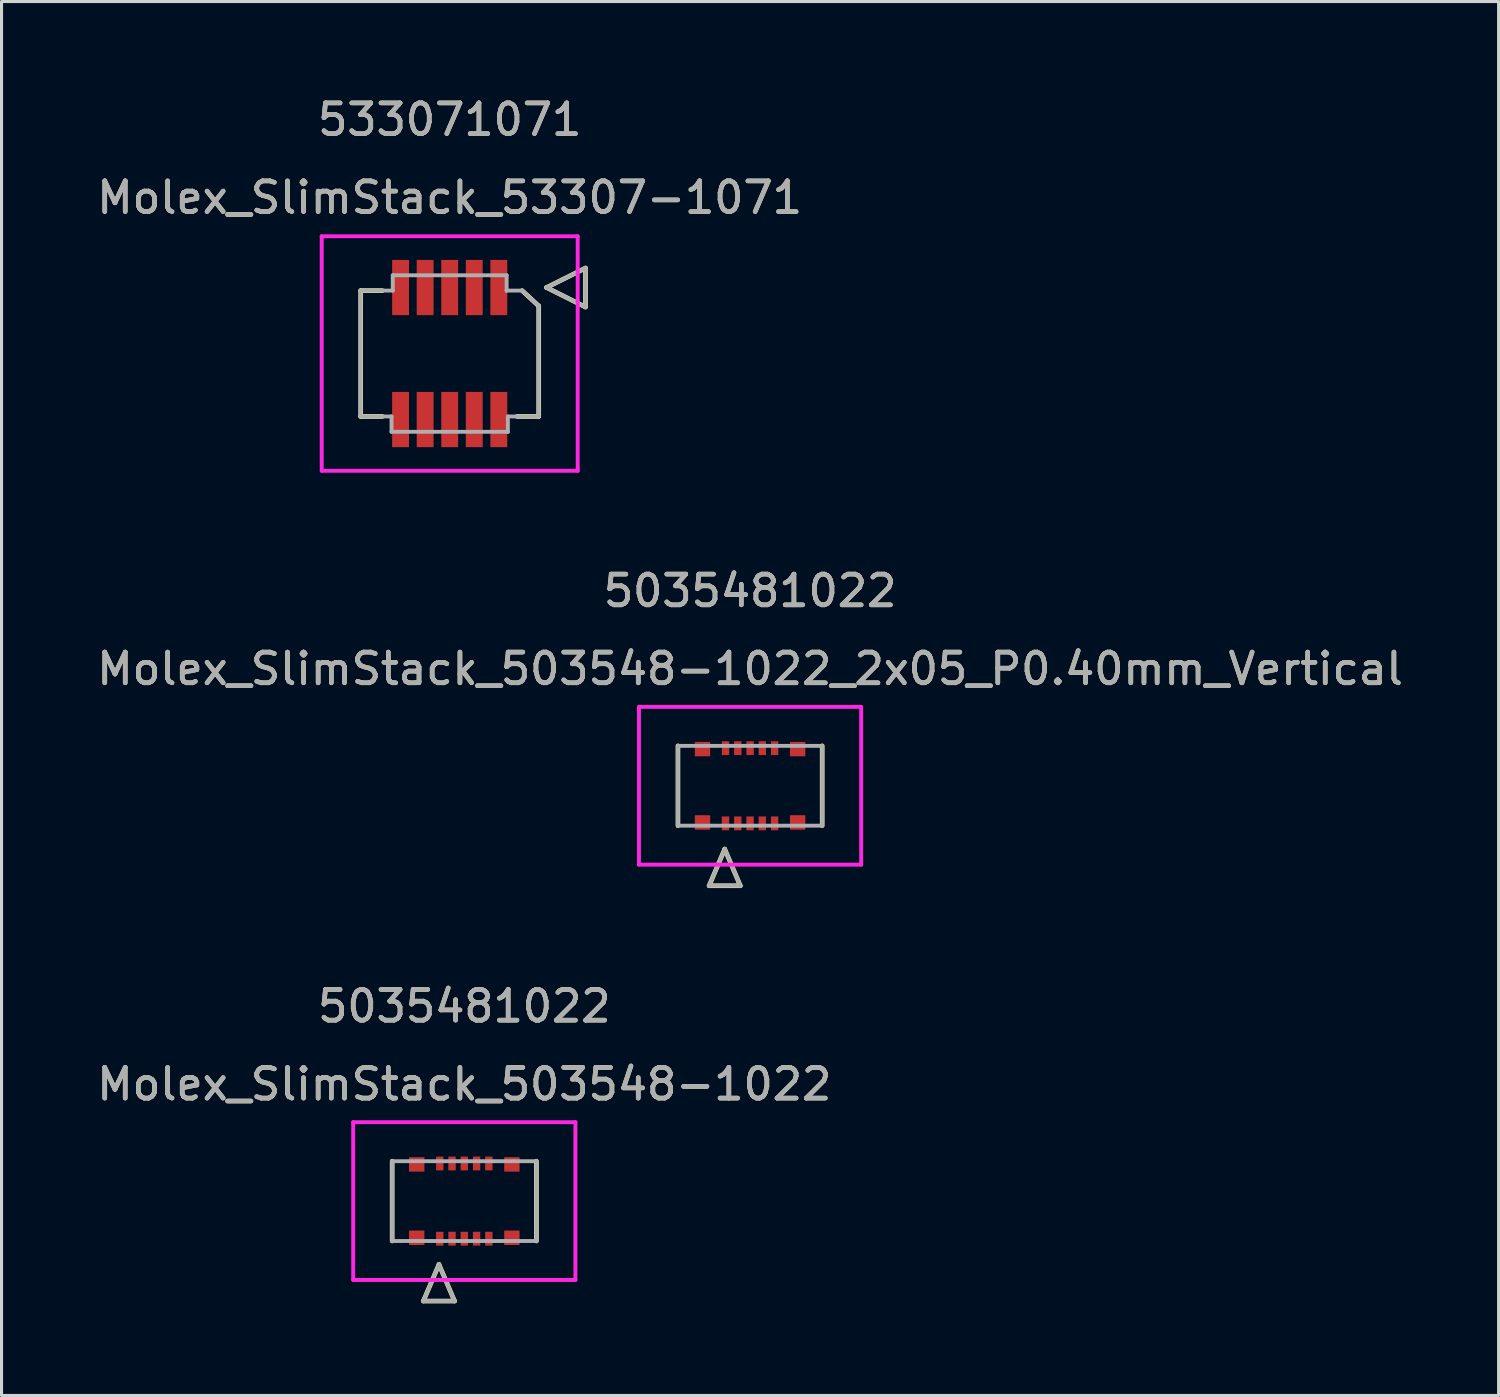
<source format=kicad_pcb>
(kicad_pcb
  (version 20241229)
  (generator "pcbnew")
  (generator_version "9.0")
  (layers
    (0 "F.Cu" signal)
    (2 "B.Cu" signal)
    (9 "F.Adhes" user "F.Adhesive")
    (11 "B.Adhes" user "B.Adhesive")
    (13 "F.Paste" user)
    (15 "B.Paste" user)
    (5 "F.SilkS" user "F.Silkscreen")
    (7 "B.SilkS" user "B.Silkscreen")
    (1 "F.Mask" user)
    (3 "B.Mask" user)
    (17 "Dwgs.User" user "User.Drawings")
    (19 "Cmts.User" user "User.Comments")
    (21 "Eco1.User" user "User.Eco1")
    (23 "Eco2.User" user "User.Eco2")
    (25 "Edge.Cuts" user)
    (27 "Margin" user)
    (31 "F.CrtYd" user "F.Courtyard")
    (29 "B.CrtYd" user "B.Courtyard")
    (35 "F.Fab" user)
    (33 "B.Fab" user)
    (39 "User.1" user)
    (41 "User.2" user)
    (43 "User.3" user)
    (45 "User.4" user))
  (footprint "Molex_SlimStack_503548-1022"
    (layer "F.Cu")
    (at 12.077 36.081)
    (property "Reference" "Molex_SlimStack_503548-1022" (at 0 -3.81 0) (unlocked yes) (layer "F.SilkS") (effects (font (size 1 1) (thickness 0.15))))
    (attr smd)
    (fp_line (start -2.35 -1.3) (end -2.35 1.3) (stroke (width 0.152) (type solid)) (layer "F.SilkS"))
    (fp_line (start -1.334 3.257) (end -0.826 2.063) (stroke (width 0.152) (type solid)) (layer "F.SilkS"))
    (fp_line (start -1.334 3.257) (end -0.318 3.257) (stroke (width 0.152) (type solid)) (layer "F.SilkS"))
    (fp_line (start -0.318 3.257) (end -0.826 2.063) (stroke (width 0.152) (type solid)) (layer "F.SilkS"))
    (fp_line (start 2.35 1.3) (end 2.35 -1.3) (stroke (width 0.152) (type solid)) (layer "F.SilkS"))
    (fp_line (start -3.62 -2.57) (end -3.62 2.57) (stroke (width 0.127) (type solid)) (layer "F.CrtYd"))
    (fp_line (start -3.62 2.57) (end 3.62 2.57) (stroke (width 0.127) (type solid)) (layer "F.CrtYd"))
    (fp_line (start 3.62 -2.57) (end -3.62 -2.57) (stroke (width 0.127) (type solid)) (layer "F.CrtYd"))
    (fp_line (start 3.62 2.57) (end 3.62 -2.57) (stroke (width 0.127) (type solid)) (layer "F.CrtYd"))
    (fp_line (start -2.35 -1.3) (end -2.35 1.3) (stroke (width 0.127) (type solid)) (layer "F.Fab"))
    (fp_line (start -2.35 1.3) (end 2.35 1.3) (stroke (width 0.127) (type solid)) (layer "F.Fab"))
    (fp_line (start -1.334 3.257) (end -0.826 2.063) (stroke (width 0.127) (type solid)) (layer "F.Fab"))
    (fp_line (start -1.334 3.257) (end -0.318 3.257) (stroke (width 0.127) (type solid)) (layer "F.Fab"))
    (fp_line (start -0.318 3.257) (end -0.826 2.063) (stroke (width 0.127) (type solid)) (layer "F.Fab"))
    (fp_line (start 2.35 -1.3) (end -2.35 -1.3) (stroke (width 0.127) (type solid)) (layer "F.Fab"))
    (fp_line (start 2.35 1.3) (end 2.35 -1.3) (stroke (width 0.127) (type solid)) (layer "F.Fab"))
    (fp_text user "5035481022" (at 0 -6.35 0) (unlocked yes) (layer "F.SilkS") (effects (font (size 1 1) (thickness 0.15))))
    (fp_text user "${REFERENCE}" (at 0 -3.81 0) (unlocked yes) (layer "F.Fab") (effects (font (size 1 1) (thickness 0.15))))
    (fp_text user "5035481022" (at 0 -6.35 0) (unlocked yes) (layer "F.Fab") (effects (font (size 1 1) (thickness 0.15))))
    (pad "1" smd rect (at -0.8 1.225) (size 0.24 0.45) (layers "F.Cu" "F.Mask" "F.Paste"))
    (pad "2" smd rect (at -0.4 1.225) (size 0.24 0.45) (layers "F.Cu" "F.Mask" "F.Paste"))
    (pad "3" smd rect (at 0 1.225) (size 0.24 0.45) (layers "F.Cu" "F.Mask" "F.Paste"))
    (pad "4" smd rect (at 0.4 1.225) (size 0.24 0.45) (layers "F.Cu" "F.Mask" "F.Paste"))
    (pad "5" smd rect (at 0.8 1.225) (size 0.24 0.45) (layers "F.Cu" "F.Mask" "F.Paste"))
    (pad "6" smd rect (at -0.8 -1.225) (size 0.24 0.45) (layers "F.Cu" "F.Mask" "F.Paste"))
    (pad "7" smd rect (at -0.4 -1.225) (size 0.24 0.45) (layers "F.Cu" "F.Mask" "F.Paste"))
    (pad "8" smd rect (at 0 -1.225) (size 0.24 0.45) (layers "F.Cu" "F.Mask" "F.Paste"))
    (pad "9" smd rect (at 0.4 -1.225) (size 0.24 0.45) (layers "F.Cu" "F.Mask" "F.Paste"))
    (pad "10" smd rect (at 0.8 -1.225) (size 0.24 0.45) (layers "F.Cu" "F.Mask" "F.Paste"))
    (pad "P1" smd rect (at -1.55 1.195) (size 0.5 0.47) (layers "F.Cu" "F.Mask" "F.Paste"))
    (pad "P2" smd rect (at 1.55 1.195) (size 0.5 0.47) (layers "F.Cu" "F.Mask" "F.Paste"))
    (pad "P3" smd rect (at -1.55 -1.195) (size 0.5 0.47) (layers "F.Cu" "F.Mask" "F.Paste"))
    (pad "P4" smd rect (at 1.55 -1.195) (size 0.5 0.47) (layers "F.Cu" "F.Mask" "F.Paste")))
  (footprint "Molex_SlimStack_53307-1071"
    (layer "F.Cu")
    (at 11.601 8.468)
    (property "Reference" "Molex_SlimStack_53307-1071" (at 0 -5.08 0) (unlocked yes) (layer "F.SilkS") (effects (font (size 1 1) (thickness 0.15))))
    (attr smd)
    (fp_line (start -2.9 -2.05) (end -2.195 -2.05) (stroke (width 0.152) (type solid)) (layer "F.SilkS"))
    (fp_line (start -2.9 2.05) (end -2.9 -2.05) (stroke (width 0.152) (type solid)) (layer "F.SilkS"))
    (fp_line (start -2.195 2.05) (end -2.9 2.05) (stroke (width 0.152) (type solid)) (layer "F.SilkS"))
    (fp_line (start 2.36 -2.05) (end 2.9 -1.55) (stroke (width 0.152) (type solid)) (layer "F.SilkS"))
    (fp_line (start 2.9 -1.55) (end 2.9 2.05) (stroke (width 0.152) (type solid)) (layer "F.SilkS"))
    (fp_line (start 2.9 2.05) (end 2.195 2.05) (stroke (width 0.152) (type solid)) (layer "F.SilkS"))
    (fp_line (start 3.154 -2.15) (end 4.424 -2.785) (stroke (width 0.152) (type solid)) (layer "F.SilkS"))
    (fp_line (start 4.424 -2.785) (end 4.424 -1.515) (stroke (width 0.152) (type solid)) (layer "F.SilkS"))
    (fp_line (start 4.424 -1.515) (end 3.154 -2.15) (stroke (width 0.152) (type solid)) (layer "F.SilkS"))
    (fp_line (start -4.17 -3.82) (end -4.17 3.82) (stroke (width 0.127) (type solid)) (layer "F.CrtYd"))
    (fp_line (start -4.17 3.82) (end 4.17 3.82) (stroke (width 0.127) (type solid)) (layer "F.CrtYd"))
    (fp_line (start 4.17 -3.82) (end -4.17 -3.82) (stroke (width 0.127) (type solid)) (layer "F.CrtYd"))
    (fp_line (start 4.17 3.82) (end 4.17 -3.82) (stroke (width 0.127) (type solid)) (layer "F.CrtYd"))
    (fp_line (start -2.9 -2.05) (end -1.855 -2.05) (stroke (width 0.127) (type solid)) (layer "F.Fab"))
    (fp_line (start -2.9 2.05) (end -2.9 -2.05) (stroke (width 0.127) (type solid)) (layer "F.Fab"))
    (fp_line (start -1.895 2.05) (end -2.9 2.05) (stroke (width 0.127) (type solid)) (layer "F.Fab"))
    (fp_line (start -1.895 2.55) (end -1.895 2.05) (stroke (width 0.127) (type solid)) (layer "F.Fab"))
    (fp_line (start -1.855 -2.55) (end 1.855 -2.55) (stroke (width 0.127) (type solid)) (layer "F.Fab"))
    (fp_line (start -1.855 -2.05) (end -1.855 -2.55) (stroke (width 0.127) (type solid)) (layer "F.Fab"))
    (fp_line (start 1.855 -2.55) (end 1.855 -2.05) (stroke (width 0.127) (type solid)) (layer "F.Fab"))
    (fp_line (start 1.855 -2.05) (end 1.855 -2.05) (stroke (width 0.127) (type solid)) (layer "F.Fab"))
    (fp_line (start 1.855 -2.05) (end 2.36 -2.05) (stroke (width 0.127) (type solid)) (layer "F.Fab"))
    (fp_line (start 1.895 2.05) (end 1.895 2.55) (stroke (width 0.127) (type solid)) (layer "F.Fab"))
    (fp_line (start 1.895 2.55) (end -1.895 2.55) (stroke (width 0.127) (type solid)) (layer "F.Fab"))
    (fp_line (start 2.36 -2.05) (end 2.9 -1.55) (stroke (width 0.127) (type solid)) (layer "F.Fab"))
    (fp_line (start 2.9 -1.55) (end 2.9 2.05) (stroke (width 0.127) (type solid)) (layer "F.Fab"))
    (fp_line (start 2.9 2.05) (end 1.895 2.05) (stroke (width 0.127) (type solid)) (layer "F.Fab"))
    (fp_line (start 3.154 -2.15) (end 4.424 -2.785) (stroke (width 0.127) (type solid)) (layer "F.Fab"))
    (fp_line (start 4.424 -2.785) (end 4.424 -1.515) (stroke (width 0.127) (type solid)) (layer "F.Fab"))
    (fp_line (start 4.424 -1.515) (end 3.154 -2.15) (stroke (width 0.127) (type solid)) (layer "F.Fab"))
    (fp_text user "533071071" (at 0 -7.62 0) (unlocked yes) (layer "F.SilkS") (effects (font (size 1 1) (thickness 0.15))))
    (fp_text user "${REFERENCE}" (at 0 -5.08 0) (unlocked yes) (layer "F.Fab") (effects (font (size 1 1) (thickness 0.15))))
    (fp_text user "533071071" (at 0 -7.62 0) (unlocked yes) (layer "F.Fab") (effects (font (size 1 1) (thickness 0.15))))
    (pad "1" smd rect (at 1.6 -2.15) (size 0.55 1.8) (layers "F.Cu" "F.Mask" "F.Paste"))
    (pad "2" smd rect (at 0.8 -2.15) (size 0.55 1.8) (layers "F.Cu" "F.Mask" "F.Paste"))
    (pad "3" smd rect (at 0 -2.15) (size 0.55 1.8) (layers "F.Cu" "F.Mask" "F.Paste"))
    (pad "4" smd rect (at -0.8 -2.15) (size 0.55 1.8) (layers "F.Cu" "F.Mask" "F.Paste"))
    (pad "5" smd rect (at -1.6 -2.15) (size 0.55 1.8) (layers "F.Cu" "F.Mask" "F.Paste"))
    (pad "6" smd rect (at 1.6 2.15) (size 0.55 1.8) (layers "F.Cu" "F.Mask" "F.Paste"))
    (pad "7" smd rect (at 0.8 2.15) (size 0.55 1.8) (layers "F.Cu" "F.Mask" "F.Paste"))
    (pad "8" smd rect (at 0 2.15) (size 0.55 1.8) (layers "F.Cu" "F.Mask" "F.Paste"))
    (pad "9" smd rect (at -0.8 2.15) (size 0.55 1.8) (layers "F.Cu" "F.Mask" "F.Paste"))
    (pad "10" smd rect (at -1.6 2.15) (size 0.55 1.8) (layers "F.Cu" "F.Mask" "F.Paste")))
  (footprint "Molex_SlimStack_503548-1022_2x05_P0.40mm_Vertical"
    (layer "F.Cu")
    (at 21.387 22.55)
    (property "Reference" "Molex_SlimStack_503548-1022_2x05_P0.40mm_Vertical" (at 0 -3.81 0) (unlocked yes) (layer "F.SilkS") (effects (font (size 1 1) (thickness 0.15))))
    (attr smd)
    (fp_line (start -2.35 -1.3) (end -2.35 1.3) (stroke (width 0.152) (type solid)) (layer "F.SilkS"))
    (fp_line (start -1.334 3.257) (end -0.826 2.063) (stroke (width 0.152) (type solid)) (layer "F.SilkS"))
    (fp_line (start -1.334 3.257) (end -0.318 3.257) (stroke (width 0.152) (type solid)) (layer "F.SilkS"))
    (fp_line (start -0.318 3.257) (end -0.826 2.063) (stroke (width 0.152) (type solid)) (layer "F.SilkS"))
    (fp_line (start 2.35 1.3) (end 2.35 -1.3) (stroke (width 0.152) (type solid)) (layer "F.SilkS"))
    (fp_line (start -3.62 -2.57) (end -3.62 2.57) (stroke (width 0.127) (type solid)) (layer "F.CrtYd"))
    (fp_line (start -3.62 2.57) (end 3.62 2.57) (stroke (width 0.127) (type solid)) (layer "F.CrtYd"))
    (fp_line (start 3.62 -2.57) (end -3.62 -2.57) (stroke (width 0.127) (type solid)) (layer "F.CrtYd"))
    (fp_line (start 3.62 2.57) (end 3.62 -2.57) (stroke (width 0.127) (type solid)) (layer "F.CrtYd"))
    (fp_line (start -2.35 -1.3) (end -2.35 1.3) (stroke (width 0.127) (type solid)) (layer "F.Fab"))
    (fp_line (start -2.35 1.3) (end 2.35 1.3) (stroke (width 0.127) (type solid)) (layer "F.Fab"))
    (fp_line (start -1.334 3.257) (end -0.826 2.063) (stroke (width 0.127) (type solid)) (layer "F.Fab"))
    (fp_line (start -1.334 3.257) (end -0.318 3.257) (stroke (width 0.127) (type solid)) (layer "F.Fab"))
    (fp_line (start -0.318 3.257) (end -0.826 2.063) (stroke (width 0.127) (type solid)) (layer "F.Fab"))
    (fp_line (start 2.35 -1.3) (end -2.35 -1.3) (stroke (width 0.127) (type solid)) (layer "F.Fab"))
    (fp_line (start 2.35 1.3) (end 2.35 -1.3) (stroke (width 0.127) (type solid)) (layer "F.Fab"))
    (fp_text user "5035481022" (at 0 -6.35 0) (unlocked yes) (layer "F.SilkS") (effects (font (size 1 1) (thickness 0.15))))
    (fp_text user "5035481022" (at 0 -6.35 0) (unlocked yes) (layer "F.Fab") (effects (font (size 1 1) (thickness 0.15))))
    (fp_text user "${REFERENCE}" (at 0 -3.81 0) (unlocked yes) (layer "F.Fab") (effects (font (size 1 1) (thickness 0.15))))
    (pad "1" smd rect (at -0.8 1.225) (size 0.24 0.45) (layers "F.Cu" "F.Mask" "F.Paste"))
    (pad "2" smd rect (at -0.4 1.225) (size 0.24 0.45) (layers "F.Cu" "F.Mask" "F.Paste"))
    (pad "3" smd rect (at 0 1.225) (size 0.24 0.45) (layers "F.Cu" "F.Mask" "F.Paste"))
    (pad "4" smd rect (at 0.4 1.225) (size 0.24 0.45) (layers "F.Cu" "F.Mask" "F.Paste"))
    (pad "5" smd rect (at 0.8 1.225) (size 0.24 0.45) (layers "F.Cu" "F.Mask" "F.Paste"))
    (pad "6" smd rect (at -0.8 -1.225) (size 0.24 0.45) (layers "F.Cu" "F.Mask" "F.Paste"))
    (pad "7" smd rect (at -0.4 -1.225) (size 0.24 0.45) (layers "F.Cu" "F.Mask" "F.Paste"))
    (pad "8" smd rect (at 0 -1.225) (size 0.24 0.45) (layers "F.Cu" "F.Mask" "F.Paste"))
    (pad "9" smd rect (at 0.4 -1.225) (size 0.24 0.45) (layers "F.Cu" "F.Mask" "F.Paste"))
    (pad "10" smd rect (at 0.8 -1.225) (size 0.24 0.45) (layers "F.Cu" "F.Mask" "F.Paste"))
    (pad "P1" smd rect (at -1.55 1.195) (size 0.5 0.47) (layers "F.Cu" "F.Mask" "F.Paste"))
    (pad "P2" smd rect (at 1.55 1.195) (size 0.5 0.47) (layers "F.Cu" "F.Mask" "F.Paste"))
    (pad "P3" smd rect (at -1.55 -1.195) (size 0.5 0.47) (layers "F.Cu" "F.Mask" "F.Paste"))
    (pad "P4" smd rect (at 1.55 -1.195) (size 0.5 0.47) (layers "F.Cu" "F.Mask" "F.Paste")))
  (gr_rect
    (start -3 -3)
    (end 45.774 42.415)
    (stroke (width 0.1) (type default))
    (fill no)
    (layer "Edge.Cuts")))
</source>
